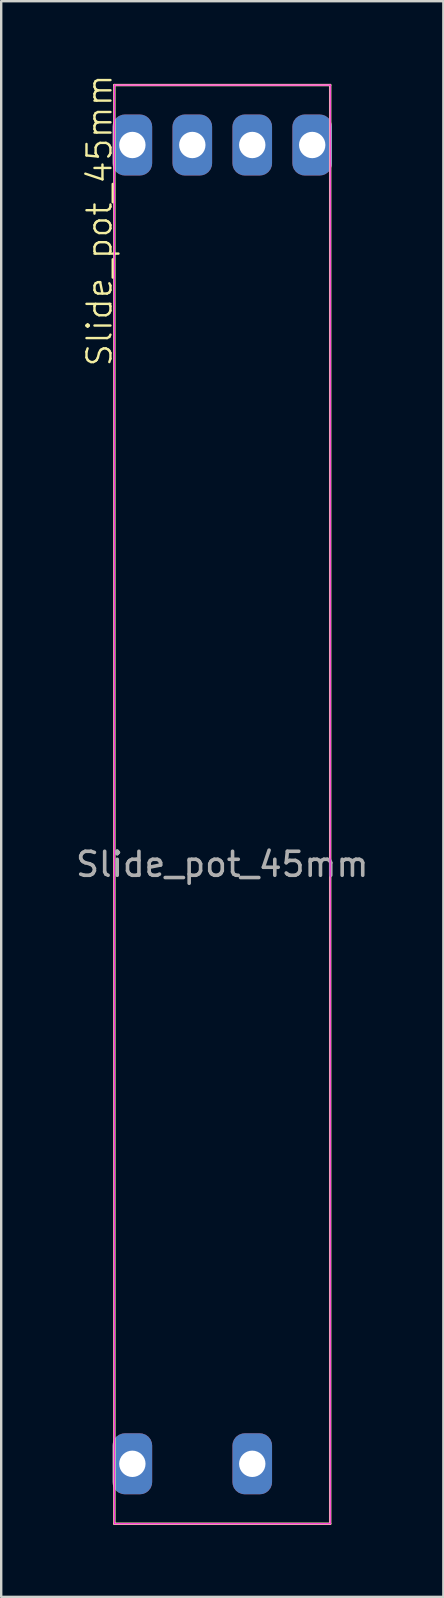
<source format=kicad_pcb>
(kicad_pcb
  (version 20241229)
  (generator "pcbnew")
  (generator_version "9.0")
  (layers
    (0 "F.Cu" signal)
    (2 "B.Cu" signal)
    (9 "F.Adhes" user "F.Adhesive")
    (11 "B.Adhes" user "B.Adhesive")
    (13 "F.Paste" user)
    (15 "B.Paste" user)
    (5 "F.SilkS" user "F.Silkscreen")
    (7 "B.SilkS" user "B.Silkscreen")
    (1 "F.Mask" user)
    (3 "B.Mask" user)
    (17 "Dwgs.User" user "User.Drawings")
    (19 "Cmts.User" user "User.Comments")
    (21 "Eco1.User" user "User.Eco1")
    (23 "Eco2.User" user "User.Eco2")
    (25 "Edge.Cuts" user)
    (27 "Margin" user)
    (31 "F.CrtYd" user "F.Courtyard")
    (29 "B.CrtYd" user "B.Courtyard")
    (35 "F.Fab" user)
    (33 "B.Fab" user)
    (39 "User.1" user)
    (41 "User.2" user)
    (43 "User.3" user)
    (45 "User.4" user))
  (footprint "Slide_pot_45mm"
    (layer "F.Cu")
    (at 6.22 30.497)
    (property "Reference" "Slide_pot_45mm" (at -5.121 -24.352 90) (unlocked yes) (layer "F.SilkS") (effects (font (size 1 1) (thickness 0.1))))
    (attr through_hole)
    (fp_line (start -4.5 -30) (end 4.5 -30) (stroke (width 0.1) (type default)) (layer "F.SilkS"))
    (fp_line (start -4.5 30) (end -4.5 -30) (stroke (width 0.1) (type default)) (layer "F.SilkS"))
    (fp_line (start 4.5 -30) (end 4.5 30) (stroke (width 0.1) (type default)) (layer "F.SilkS"))
    (fp_line (start 4.5 30) (end -4.5 30) (stroke (width 0.1) (type default)) (layer "F.SilkS"))
    (fp_line (start -4.5 -30) (end 4.5 -30) (stroke (width 0.05) (type default)) (layer "F.CrtYd"))
    (fp_line (start -4.5 30) (end -4.5 -30) (stroke (width 0.05) (type default)) (layer "F.CrtYd"))
    (fp_line (start 4.5 -30) (end 4.5 30) (stroke (width 0.05) (type default)) (layer "F.CrtYd"))
    (fp_line (start 4.5 30) (end -4.5 30) (stroke (width 0.05) (type default)) (layer "F.CrtYd"))
    (fp_text user "${REFERENCE}" (at 0 2.5 0) (unlocked yes) (layer "F.Fab") (effects (font (size 1 1) (thickness 0.15))))
    (pad "1" thru_hole roundrect (at 1.25 -27.5) (size 1.651 2.54) (drill 1.1) (layers "*.Cu" "*.Mask") (roundrect_rratio 0.308))
    (pad "2" thru_hole roundrect (at 3.75 -27.5) (size 1.651 2.54) (drill 1.1) (layers "*.Cu" "*.Mask") (roundrect_rratio 0.308))
    (pad "3" thru_hole roundrect (at 1.25 27.5) (size 1.651 2.54) (drill 1.1) (layers "*.Cu" "*.Mask") (roundrect_rratio 0.308))
    (pad "A" thru_hole roundrect (at -3.75 27.5) (size 1.651 2.54) (drill 1.1) (layers "*.Cu" "*.Mask") (roundrect_rratio 0.308))
    (pad "C" thru_hole roundrect (at -3.75 -27.5) (size 1.651 2.54) (drill 1.1) (layers "*.Cu" "*.Mask") (roundrect_rratio 0.308))
    (pad "L" thru_hole roundrect (at -1.25 -27.5) (size 1.651 2.54) (drill 1.1) (layers "*.Cu" "*.Mask") (roundrect_rratio 0.308)))
  (gr_rect
    (start -3 -3)
    (end 15.44 63.547)
    (stroke (width 0.1) (type default))
    (fill no)
    (layer "Edge.Cuts")))
</source>
